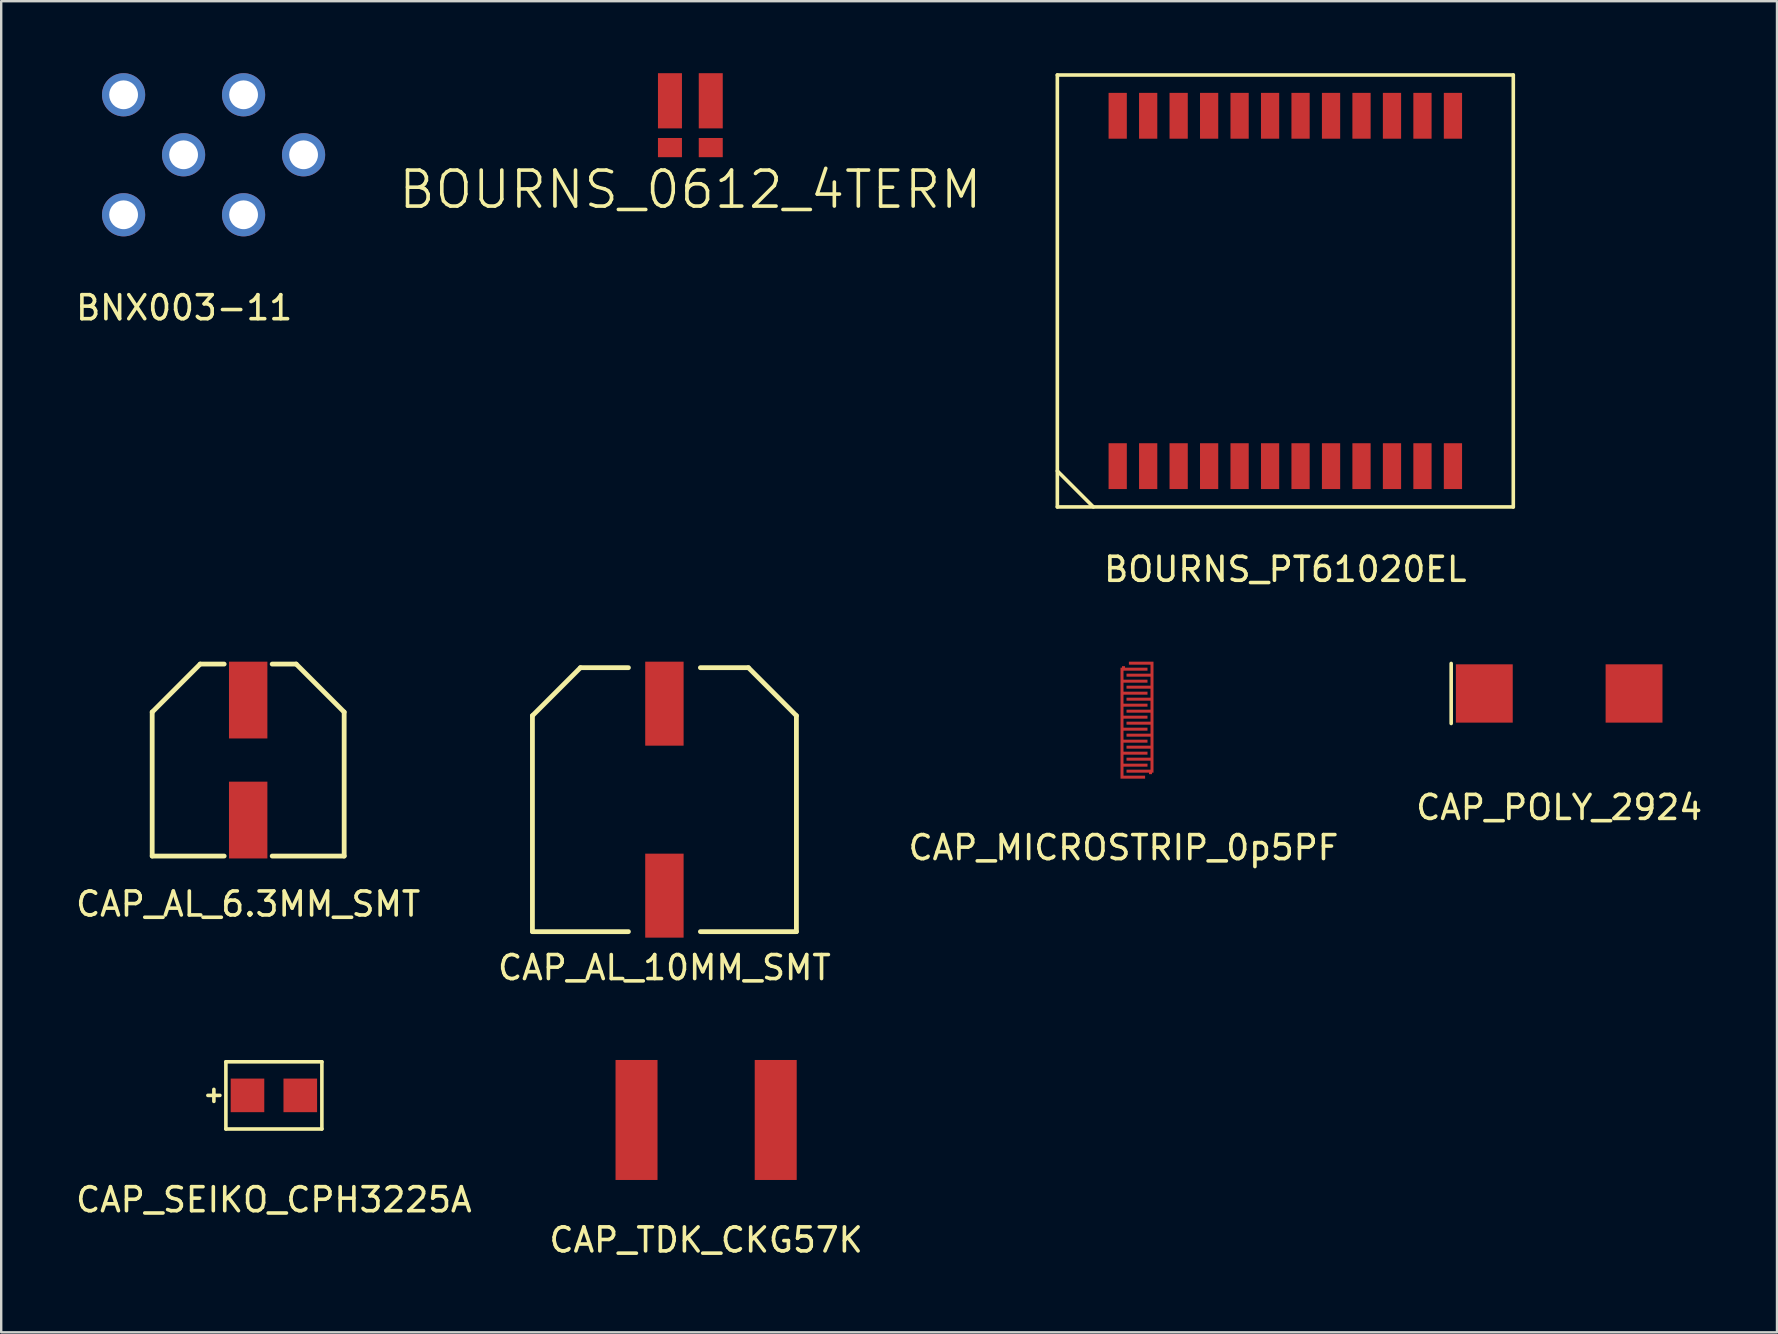
<source format=kicad_pcb>
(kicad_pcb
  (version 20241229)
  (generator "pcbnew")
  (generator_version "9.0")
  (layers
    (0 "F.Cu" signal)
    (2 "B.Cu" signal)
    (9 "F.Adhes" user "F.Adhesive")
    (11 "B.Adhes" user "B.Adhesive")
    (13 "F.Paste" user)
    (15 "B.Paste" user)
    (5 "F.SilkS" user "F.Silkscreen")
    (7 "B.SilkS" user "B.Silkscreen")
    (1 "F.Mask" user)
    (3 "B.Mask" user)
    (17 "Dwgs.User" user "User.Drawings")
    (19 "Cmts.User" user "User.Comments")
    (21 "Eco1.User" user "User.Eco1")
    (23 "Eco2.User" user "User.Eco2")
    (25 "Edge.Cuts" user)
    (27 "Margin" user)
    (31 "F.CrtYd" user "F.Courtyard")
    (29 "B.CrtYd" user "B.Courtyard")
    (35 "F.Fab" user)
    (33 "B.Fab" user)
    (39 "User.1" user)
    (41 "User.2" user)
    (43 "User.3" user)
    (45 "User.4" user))
  (footprint "CAP_AL_6.3MM_SMT"
    (layer "F.Cu")
    (at 7.292 28.623)
    (property "Reference" "CAP_AL_6.3MM_SMT" (at 0 6 0) (layer "F.SilkS") (effects (font (size 1 1) (thickness 0.15))))
    (attr smd)
    (fp_line (start -4 -2) (end -2 -4) (stroke (width 0.2) (type solid)) (layer "F.SilkS"))
    (fp_line (start -4 4) (end -4 -2) (stroke (width 0.2) (type solid)) (layer "F.SilkS"))
    (fp_line (start -4 4) (end -1 4) (stroke (width 0.2) (type solid)) (layer "F.SilkS"))
    (fp_line (start -2 -4) (end -1 -4) (stroke (width 0.2) (type solid)) (layer "F.SilkS"))
    (fp_line (start 1 4) (end 4 4) (stroke (width 0.2) (type solid)) (layer "F.SilkS"))
    (fp_line (start 2 -4) (end 1 -4) (stroke (width 0.2) (type solid)) (layer "F.SilkS"))
    (fp_line (start 4 -2) (end 2 -4) (stroke (width 0.2) (type solid)) (layer "F.SilkS"))
    (fp_line (start 4 4) (end 4 -2) (stroke (width 0.2) (type solid)) (layer "F.SilkS"))
    (pad "1" smd rect (at 0 -2.5) (size 1.6 3.2) (layers "F.Cu" "F.Mask" "F.Paste"))
    (pad "2" smd rect (at 0 2.5) (size 1.6 3.2) (layers "F.Cu" "F.Mask" "F.Paste")))
  (footprint "BNX003-11"
    (layer "F.Cu")
    (at 4.6 3.4)
    (property "Reference" "BNX003-11" (at 0.025 6.375 0) (layer "F.SilkS") (effects (font (size 1 1) (thickness 0.15))))
    (attr through_hole)
    (pad "1" thru_hole circle (at 2.5 -2.5) (size 1.8 1.8) (drill 1.2) (layers "*.Cu" "*.Mask"))
    (pad "2" thru_hole circle (at 2.5 2.5) (size 1.8 1.8) (drill 1.2) (layers "*.Cu" "*.Mask"))
    (pad "3" thru_hole circle (at -2.5 -2.5) (size 1.8 1.8) (drill 1.2) (layers "*.Cu" "*.Mask"))
    (pad "4" thru_hole circle (at -2.5 2.5) (size 1.8 1.8) (drill 1.2) (layers "*.Cu" "*.Mask"))
    (pad "4" thru_hole circle (at 0 0) (size 1.8 1.8) (drill 1.2) (layers "*.Cu" "*.Mask"))
    (pad "4" thru_hole circle (at 5 0) (size 1.8 1.8) (drill 1.2) (layers "*.Cu" "*.Mask")))
  (footprint "CAP_TDK_CKG57K"
    (layer "F.Cu")
    (at 26.375 43.621)
    (property "Reference" "CAP_TDK_CKG57K" (at 0 5 0) (unlocked yes) (layer "F.SilkS") (effects (font (size 1 1) (thickness 0.15))))
    (attr smd)
    (pad "1" smd rect (at -2.9 0) (size 1.75 5) (layers "F.Cu" "F.Mask" "F.Paste"))
    (pad "2" smd rect (at 2.9 0) (size 1.75 5) (layers "F.Cu" "F.Mask" "F.Paste")))
  (footprint "BOURNS_0612_4TERM"
    (layer "F.Cu")
    (at 25.718 1.75)
    (property "Reference" "BOURNS_0612_4TERM" (at 0 3.1 0) (layer "F.SilkS") (effects (font (size 1.5 1.5) (thickness 0.15))))
    (attr through_hole)
    (pad "1" smd rect (at -0.85 1.35) (size 1 0.8) (layers "F.Cu" "F.Mask" "F.Paste"))
    (pad "2" smd rect (at -0.85 -0.6) (size 1 2.3) (layers "F.Cu" "F.Mask" "F.Paste"))
    (pad "3" smd rect (at 0.85 1.35) (size 1 0.8) (layers "F.Cu" "F.Mask" "F.Paste"))
    (pad "4" smd rect (at 0.85 -0.6) (size 1 2.3) (layers "F.Cu" "F.Mask" "F.Paste")))
  (footprint "CAP_AL_10MM_SMT"
    (layer "F.Cu")
    (at 24.637 30.273)
    (property "Reference" "CAP_AL_10MM_SMT" (at 0 7 0) (layer "F.SilkS") (effects (font (size 1 1) (thickness 0.15))))
    (attr smd)
    (fp_line (start -5.5 -3.5) (end -3.5 -5.5) (stroke (width 0.2) (type solid)) (layer "F.SilkS"))
    (fp_line (start -5.5 5.5) (end -5.5 -3.5) (stroke (width 0.2) (type solid)) (layer "F.SilkS"))
    (fp_line (start -5.5 5.5) (end -1.5 5.5) (stroke (width 0.2) (type solid)) (layer "F.SilkS"))
    (fp_line (start -3.5 -5.5) (end -1.5 -5.5) (stroke (width 0.2) (type solid)) (layer "F.SilkS"))
    (fp_line (start 1.5 5.5) (end 5.5 5.5) (stroke (width 0.2) (type solid)) (layer "F.SilkS"))
    (fp_line (start 3.5 -5.5) (end 1.5 -5.5) (stroke (width 0.2) (type solid)) (layer "F.SilkS"))
    (fp_line (start 5.5 -3.5) (end 3.5 -5.5) (stroke (width 0.2) (type solid)) (layer "F.SilkS"))
    (fp_line (start 5.5 5.5) (end 5.5 -3.5) (stroke (width 0.2) (type solid)) (layer "F.SilkS"))
    (pad "1" smd rect (at 0 -4) (size 1.6 3.5) (layers "F.Cu" "F.Mask" "F.Paste"))
    (pad "2" smd rect (at 0 4) (size 1.6 3.5) (layers "F.Cu" "F.Mask" "F.Paste")))
  (footprint "CAP_SEIKO_CPH3225A"
    (layer "F.Cu")
    (at 8.363 42.596)
    (property "Reference" "CAP_SEIKO_CPH3225A" (at 0 4.35 0) (layer "F.SilkS") (effects (font (size 1 1) (thickness 0.15))))
    (attr smd)
    (fp_line (start -2.5 -0.25) (end -2.5 0.25) (stroke (width 0.15) (type solid)) (layer "F.SilkS"))
    (fp_line (start -2.25 0) (end -2.75 0) (stroke (width 0.15) (type solid)) (layer "F.SilkS"))
    (fp_line (start -2 -1.4) (end -2 1.4) (stroke (width 0.15) (type solid)) (layer "F.SilkS"))
    (fp_line (start -2 -1.4) (end 2 -1.4) (stroke (width 0.15) (type solid)) (layer "F.SilkS"))
    (fp_line (start -2 1.4) (end 2 1.4) (stroke (width 0.15) (type solid)) (layer "F.SilkS"))
    (fp_line (start 2 -1.4) (end 2 1.4) (stroke (width 0.15) (type solid)) (layer "F.SilkS"))
    (pad "1" smd rect (at -1.1 0) (size 1.4 1.4) (layers "F.Cu" "F.Mask" "F.Paste"))
    (pad "2" smd rect (at 1.1 0) (size 1.4 1.4) (layers "F.Cu" "F.Mask" "F.Paste")))
  (footprint "BOURNS_PT61020EL"
    (layer "F.Cu")
    (at 50.511 9.075)
    (property "Reference" "BOURNS_PT61020EL" (at 0 11.6 0) (layer "F.SilkS") (effects (font (size 1 1) (thickness 0.15))))
    (attr smd)
    (fp_line (start -9.5 -9) (end -9.5 9) (stroke (width 0.15) (type solid)) (layer "F.SilkS"))
    (fp_line (start -9.5 7.5) (end -8 9) (stroke (width 0.15) (type solid)) (layer "F.SilkS"))
    (fp_line (start -9.5 9) (end 9.5 9) (stroke (width 0.15) (type solid)) (layer "F.SilkS"))
    (fp_line (start 9.5 -9) (end -9.5 -9) (stroke (width 0.15) (type solid)) (layer "F.SilkS"))
    (fp_line (start 9.5 9) (end 9.5 -9) (stroke (width 0.15) (type solid)) (layer "F.SilkS"))
    (pad "1" smd rect (at -6.985 7.3) (size 0.76 1.91) (layers "F.Cu" "F.Mask" "F.Paste"))
    (pad "2" smd rect (at -5.715 7.3) (size 0.76 1.91) (layers "F.Cu" "F.Mask" "F.Paste"))
    (pad "3" smd rect (at -4.445 7.3) (size 0.76 1.91) (layers "F.Cu" "F.Mask" "F.Paste"))
    (pad "4" smd rect (at -3.175 7.3) (size 0.76 1.91) (layers "F.Cu" "F.Mask" "F.Paste"))
    (pad "5" smd rect (at -1.905 7.3) (size 0.76 1.91) (layers "F.Cu" "F.Mask" "F.Paste"))
    (pad "6" smd rect (at -0.635 7.3) (size 0.76 1.91) (layers "F.Cu" "F.Mask" "F.Paste"))
    (pad "7" smd rect (at 0.635 7.3) (size 0.76 1.91) (layers "F.Cu" "F.Mask" "F.Paste"))
    (pad "8" smd rect (at 1.905 7.3) (size 0.76 1.91) (layers "F.Cu" "F.Mask" "F.Paste"))
    (pad "9" smd rect (at 3.175 7.3) (size 0.76 1.91) (layers "F.Cu" "F.Mask" "F.Paste"))
    (pad "10" smd rect (at 4.445 7.3) (size 0.76 1.91) (layers "F.Cu" "F.Mask" "F.Paste"))
    (pad "11" smd rect (at 5.715 7.3) (size 0.76 1.91) (layers "F.Cu" "F.Mask" "F.Paste"))
    (pad "12" smd rect (at 6.985 7.3) (size 0.76 1.91) (layers "F.Cu" "F.Mask" "F.Paste"))
    (pad "13" smd rect (at 6.985 -7.3) (size 0.76 1.91) (layers "F.Cu" "F.Mask" "F.Paste"))
    (pad "14" smd rect (at 5.715 -7.3) (size 0.76 1.91) (layers "F.Cu" "F.Mask" "F.Paste"))
    (pad "15" smd rect (at 4.445 -7.3) (size 0.76 1.91) (layers "F.Cu" "F.Mask" "F.Paste"))
    (pad "16" smd rect (at 3.175 -7.3) (size 0.76 1.91) (layers "F.Cu" "F.Mask" "F.Paste"))
    (pad "17" smd rect (at 1.905 -7.3) (size 0.76 1.91) (layers "F.Cu" "F.Mask" "F.Paste"))
    (pad "18" smd rect (at 0.635 -7.3) (size 0.76 1.91) (layers "F.Cu" "F.Mask" "F.Paste"))
    (pad "19" smd rect (at -0.635 -7.3) (size 0.76 1.91) (layers "F.Cu" "F.Mask" "F.Paste"))
    (pad "20" smd rect (at -1.905 -7.3) (size 0.76 1.91) (layers "F.Cu" "F.Mask" "F.Paste"))
    (pad "21" smd rect (at -3.175 -7.3) (size 0.76 1.91) (layers "F.Cu" "F.Mask" "F.Paste"))
    (pad "22" smd rect (at -4.445 -7.3) (size 0.76 1.91) (layers "F.Cu" "F.Mask" "F.Paste"))
    (pad "23" smd rect (at -5.715 -7.3) (size 0.76 1.91) (layers "F.Cu" "F.Mask" "F.Paste"))
    (pad "24" smd rect (at -6.985 -7.3) (size 0.76 1.91) (layers "F.Cu" "F.Mask" "F.Paste")))
  (footprint "CAP_MICROSTRIP_0p5PF"
    (layer "F.Cu")
    (at 43.768 24.773)
    (property "Reference" "CAP_MICROSTRIP_0p5PF" (at 0 7.5 0) (layer "F.SilkS") (effects (font (size 1 1) (thickness 0.15))))
    (attr exclude_from_pos_files exclude_from_bom)
    (pad "1" smd custom (at 0 0) (size 0.125 0.125) (layers "F.Cu" "F.Mask") (options (anchor rect)) (primitives (gr_poly (pts (xy -0.125 0) (xy 1 0) (xy 1 0.125) (xy 0 0.125) (xy 0 0.5) (xy 1 0.5) (xy 1 0.625) (xy 0 0.625) (xy 0 1) (xy 1 1) (xy 1 1.125) (xy 0 1.125) (xy 0 1.5) (xy 1 1.5) (xy 1 1.625) (xy 0 1.625) (xy 0 2) (xy 1 2) (xy 1 2.125) (xy 0 2.125) (xy 0 2.5) (xy 1 2.5) (xy 1 2.625) (xy 0 2.625) (xy 0 3) (xy 1 3) (xy 1 3.125) (xy 0 3.125) (xy 0 3.5) (xy 1 3.5) (xy 1 3.625) (xy 0 3.625) (xy 0 4) (xy 1 4) (xy 1 4.125) (xy 0 4.125) (xy 0 4.5) (xy 0.9 4.5) (xy 0.9 4.625) (xy -0.125 4.625)) (width 0) (fill yes))))
    (pad "2" smd custom (at 1.125 4.375 180) (size 0.125 0.125) (layers "F.Cu" "F.Mask") (options (anchor rect)) (primitives (gr_poly (pts (xy -0.125 0) (xy 1 0) (xy 1 0.125) (xy 0 0.125) (xy 0 0.5) (xy 1 0.5) (xy 1 0.625) (xy 0 0.625) (xy 0 1) (xy 1 1) (xy 1 1.125) (xy 0 1.125) (xy 0 1.5) (xy 1 1.5) (xy 1 1.625) (xy 0 1.625) (xy 0 2) (xy 1 2) (xy 1 2.125) (xy 0 2.125) (xy 0 2.5) (xy 1 2.5) (xy 1 2.625) (xy 0 2.625) (xy 0 3) (xy 1 3) (xy 1 3.125) (xy 0 3.125) (xy 0 3.5) (xy 1 3.5) (xy 1 3.625) (xy 0 3.625) (xy 0 4) (xy 1 4) (xy 1 4.125) (xy 0 4.125) (xy 0 4.5) (xy 0.9 4.5) (xy 0.9 4.625) (xy -0.125 4.625)) (width 0) (fill yes)))))
  (footprint "CAP_POLY_2924"
    (layer "F.Cu")
    (at 61.923 25.848)
    (property "Reference" "CAP_POLY_2924" (at 0 4.75 0) (unlocked yes) (layer "F.SilkS") (effects (font (size 1 1) (thickness 0.15))))
    (attr smd)
    (fp_line (start -4.5 -1.25) (end -4.5 1.25) (stroke (width 0.15) (type solid)) (layer "F.SilkS"))
    (pad "1" smd rect (at -3.12 0) (size 2.37 2.43) (layers "F.Cu" "F.Mask" "F.Paste"))
    (pad "2" smd rect (at 3.12 0) (size 2.37 2.43) (layers "F.Cu" "F.Mask" "F.Paste")))
  (gr_rect
    (start -3 -3)
    (end 71 52.47)
    (stroke (width 0.1) (type default))
    (fill no)
    (layer "Edge.Cuts")))
</source>
